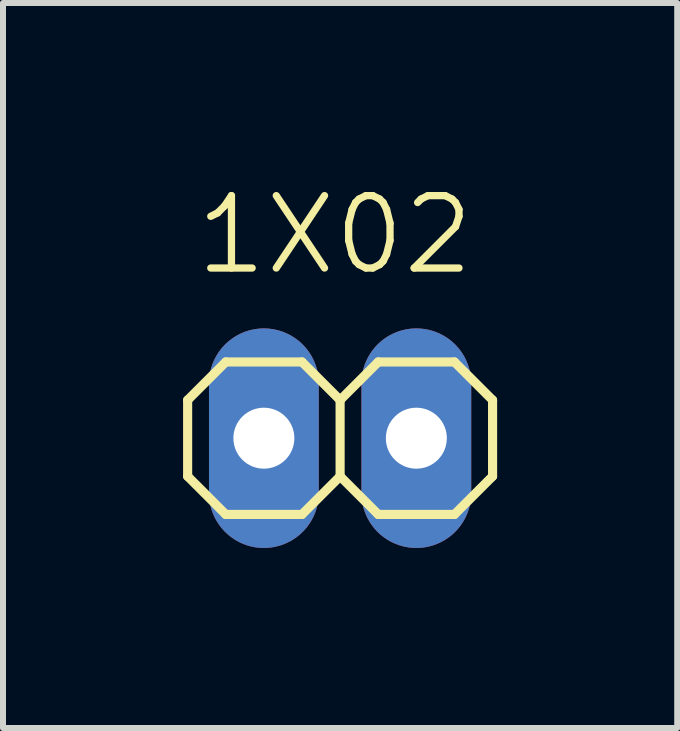
<source format=kicad_pcb>
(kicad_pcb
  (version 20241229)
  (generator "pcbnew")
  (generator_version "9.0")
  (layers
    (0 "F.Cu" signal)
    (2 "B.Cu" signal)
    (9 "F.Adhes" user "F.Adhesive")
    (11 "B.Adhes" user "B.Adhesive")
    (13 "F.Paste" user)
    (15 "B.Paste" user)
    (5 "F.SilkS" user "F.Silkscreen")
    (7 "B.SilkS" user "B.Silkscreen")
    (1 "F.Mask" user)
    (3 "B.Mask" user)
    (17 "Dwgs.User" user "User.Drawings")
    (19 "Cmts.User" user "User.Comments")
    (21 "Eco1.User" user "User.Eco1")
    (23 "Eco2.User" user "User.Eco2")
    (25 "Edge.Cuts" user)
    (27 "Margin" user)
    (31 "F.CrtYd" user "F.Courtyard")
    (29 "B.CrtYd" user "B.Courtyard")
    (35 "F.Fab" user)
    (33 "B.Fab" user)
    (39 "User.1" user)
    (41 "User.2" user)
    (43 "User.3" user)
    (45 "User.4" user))
  (footprint "1X02"
    (layer "F.Cu")
    (at 2.616 4.25)
    (property "Reference" "1X02" (at -2.464 -2.681 180) (layer "F.SilkS") (effects (font (size 1.206 1.206) (thickness 0.121)) (justify left bottom)))
    (attr through_hole)
    (fp_line (start -2.54 -0.635) (end -2.54 0.635) (stroke (width 0.152) (type solid)) (layer "F.SilkS"))
    (fp_line (start -2.54 0.635) (end -1.905 1.27) (stroke (width 0.152) (type solid)) (layer "F.SilkS"))
    (fp_line (start -1.905 -1.27) (end -2.54 -0.635) (stroke (width 0.152) (type solid)) (layer "F.SilkS"))
    (fp_line (start -1.905 -1.27) (end -0.635 -1.27) (stroke (width 0.152) (type solid)) (layer "F.SilkS"))
    (fp_line (start -0.635 -1.27) (end 0 -0.635) (stroke (width 0.152) (type solid)) (layer "F.SilkS"))
    (fp_line (start -0.635 1.27) (end -1.905 1.27) (stroke (width 0.152) (type solid)) (layer "F.SilkS"))
    (fp_line (start 0 -0.635) (end 0 0.635) (stroke (width 0.152) (type solid)) (layer "F.SilkS"))
    (fp_line (start 0 -0.635) (end 0.635 -1.27) (stroke (width 0.152) (type solid)) (layer "F.SilkS"))
    (fp_line (start 0 0.635) (end -0.635 1.27) (stroke (width 0.152) (type solid)) (layer "F.SilkS"))
    (fp_line (start 0.635 -1.27) (end 1.905 -1.27) (stroke (width 0.152) (type solid)) (layer "F.SilkS"))
    (fp_line (start 0.635 1.27) (end 0 0.635) (stroke (width 0.152) (type solid)) (layer "F.SilkS"))
    (fp_line (start 1.905 -1.27) (end 2.54 -0.635) (stroke (width 0.152) (type solid)) (layer "F.SilkS"))
    (fp_line (start 1.905 1.27) (end 0.635 1.27) (stroke (width 0.152) (type solid)) (layer "F.SilkS"))
    (fp_line (start 2.54 -0.635) (end 2.54 0.635) (stroke (width 0.152) (type solid)) (layer "F.SilkS"))
    (fp_line (start 2.54 0.635) (end 1.905 1.27) (stroke (width 0.152) (type solid)) (layer "F.SilkS"))
    (fp_poly (pts (xy -1.524 0.254) (xy -1.016 0.254) (xy -1.016 -0.254) (xy -1.524 -0.254)) (stroke (width 0.1) (type solid)) (fill no) (layer "F.Fab"))
    (fp_poly (pts (xy 1.016 0.254) (xy 1.524 0.254) (xy 1.524 -0.254) (xy 1.016 -0.254)) (stroke (width 0.1) (type solid)) (fill no) (layer "F.Fab"))
    (pad "1" thru_hole oval (at -1.27 0 90) (size 3.658 1.829) (drill 1.016) (layers "*.Cu" "*.Mask"))
    (pad "2" thru_hole oval (at 1.27 0 90) (size 3.658 1.829) (drill 1.016) (layers "*.Cu" "*.Mask")))
  (gr_rect
    (start -3 -3)
    (end 8.232 9.078)
    (stroke (width 0.1) (type default))
    (fill no)
    (layer "Edge.Cuts")))
</source>
